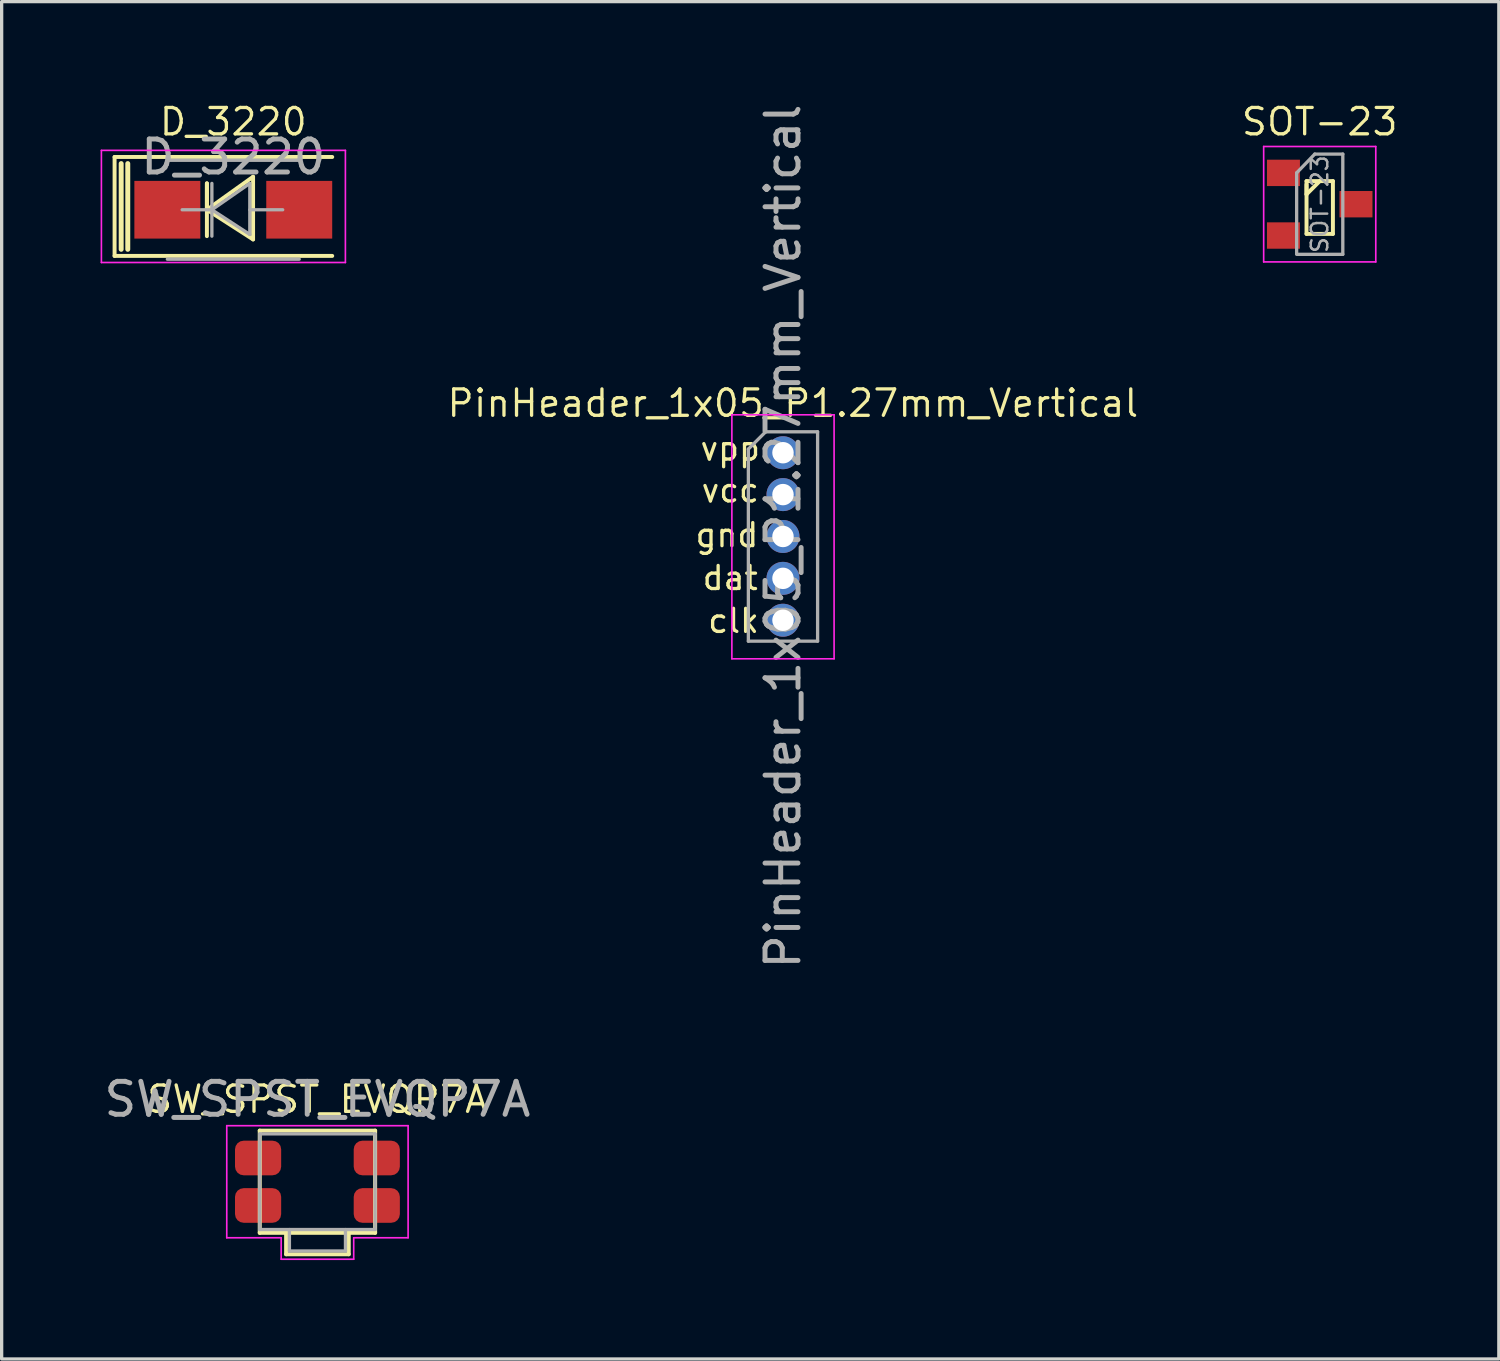
<source format=kicad_pcb>
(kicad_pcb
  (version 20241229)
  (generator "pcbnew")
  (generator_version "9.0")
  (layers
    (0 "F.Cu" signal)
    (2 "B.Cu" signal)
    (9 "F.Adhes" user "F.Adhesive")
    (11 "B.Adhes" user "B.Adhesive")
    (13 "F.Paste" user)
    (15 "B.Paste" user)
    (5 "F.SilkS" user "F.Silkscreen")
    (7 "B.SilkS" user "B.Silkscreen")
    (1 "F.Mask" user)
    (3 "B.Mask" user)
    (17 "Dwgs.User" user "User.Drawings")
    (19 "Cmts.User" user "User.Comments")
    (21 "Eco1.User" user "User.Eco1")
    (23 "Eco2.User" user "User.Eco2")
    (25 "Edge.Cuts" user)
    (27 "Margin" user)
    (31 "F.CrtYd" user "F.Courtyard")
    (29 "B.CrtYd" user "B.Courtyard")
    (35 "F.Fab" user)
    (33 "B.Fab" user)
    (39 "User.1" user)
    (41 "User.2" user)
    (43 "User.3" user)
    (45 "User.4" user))
  (footprint "SOT-23"
    (layer "F.Cu")
    (at 36.974 3.143)
    (property "Reference" "SOT-23" (at 0 -2.5 0) (layer "F.SilkS") (effects (font (size 0.8 0.8) (thickness 0.1))))
    (attr smd)
    (fp_line (start -0.4 -0.7) (end -0.4 -0.3) (stroke (width 0.12) (type solid)) (layer "F.SilkS"))
    (fp_line (start -0.4 -0.7) (end 0.4 -0.7) (stroke (width 0.12) (type solid)) (layer "F.SilkS"))
    (fp_line (start -0.4 -0.3) (end 0 -0.7) (stroke (width 0.12) (type solid)) (layer "F.SilkS"))
    (fp_line (start -0.4 0.9) (end -0.4 -0.6) (stroke (width 0.12) (type solid)) (layer "F.SilkS"))
    (fp_line (start 0.4 -0.7) (end 0.4 0.9) (stroke (width 0.12) (type solid)) (layer "F.SilkS"))
    (fp_line (start 0.4 0.9) (end -0.4 0.9) (stroke (width 0.12) (type solid)) (layer "F.SilkS"))
    (fp_line (start -1.7 -1.75) (end 1.7 -1.75) (stroke (width 0.05) (type solid)) (layer "F.CrtYd"))
    (fp_line (start -1.7 1.75) (end -1.7 -1.75) (stroke (width 0.05) (type solid)) (layer "F.CrtYd"))
    (fp_line (start 1.7 -1.75) (end 1.7 1.75) (stroke (width 0.05) (type solid)) (layer "F.CrtYd"))
    (fp_line (start 1.7 1.75) (end -1.7 1.75) (stroke (width 0.05) (type solid)) (layer "F.CrtYd"))
    (fp_line (start -0.7 -0.95) (end -0.7 1.5) (stroke (width 0.1) (type solid)) (layer "F.Fab"))
    (fp_line (start -0.7 -0.95) (end -0.15 -1.52) (stroke (width 0.1) (type solid)) (layer "F.Fab"))
    (fp_line (start -0.7 1.52) (end 0.7 1.52) (stroke (width 0.1) (type solid)) (layer "F.Fab"))
    (fp_line (start -0.15 -1.52) (end 0.7 -1.52) (stroke (width 0.1) (type solid)) (layer "F.Fab"))
    (fp_line (start 0.7 -1.52) (end 0.7 1.52) (stroke (width 0.1) (type solid)) (layer "F.Fab"))
    (fp_text user "${REFERENCE}" (at 0 0 270) (layer "F.Fab") (effects (font (size 0.5 0.5) (thickness 0.075))))
    (pad "1" smd rect (at -1.1 -0.95) (size 1 0.8) (layers "F.Cu" "F.Mask" "F.Paste"))
    (pad "2" smd rect (at -1.1 0.95) (size 1 0.8) (layers "F.Cu" "F.Mask" "F.Paste"))
    (pad "3" smd rect (at 1.1 0) (size 1 0.8) (layers "F.Cu" "F.Mask" "F.Paste")))
  (footprint "PinHeader_1x05_P1.27mm_Vertical"
    (layer "F.Cu")
    (at 20.696 10.68)
    (property "Reference" "PinHeader_1x05_P1.27mm_Vertical" (at 0.3 -1.5 0) (layer "F.SilkS") (effects (font (size 0.8 0.8) (thickness 0.1))))
    (attr through_hole)
    (fp_line (start -1.55 -1.15) (end -1.55 6.25) (stroke (width 0.05) (type solid)) (layer "F.CrtYd"))
    (fp_line (start -1.55 6.25) (end 1.55 6.25) (stroke (width 0.05) (type solid)) (layer "F.CrtYd"))
    (fp_line (start 1.55 -1.15) (end -1.55 -1.15) (stroke (width 0.05) (type solid)) (layer "F.CrtYd"))
    (fp_line (start 1.55 6.25) (end 1.55 -1.15) (stroke (width 0.05) (type solid)) (layer "F.CrtYd"))
    (fp_line (start -1.05 -0.11) (end -0.525 -0.635) (stroke (width 0.1) (type solid)) (layer "F.Fab"))
    (fp_line (start -1.05 5.715) (end -1.05 -0.11) (stroke (width 0.1) (type solid)) (layer "F.Fab"))
    (fp_line (start -0.525 -0.635) (end 1.05 -0.635) (stroke (width 0.1) (type solid)) (layer "F.Fab"))
    (fp_line (start 1.05 -0.635) (end 1.05 5.715) (stroke (width 0.1) (type solid)) (layer "F.Fab"))
    (fp_line (start 1.05 5.715) (end -1.05 5.715) (stroke (width 0.1) (type solid)) (layer "F.Fab"))
    (fp_text user "dat" (at -1.6 3.8 0) (layer "F.SilkS") (effects (font (size 0.7 0.7) (thickness 0.1))))
    (fp_text user "vcc" (at -1.6 1.143 0) (layer "F.SilkS") (effects (font (size 0.7 0.7) (thickness 0.1))))
    (fp_text user "gnd" (at -1.7 2.5 0) (layer "F.SilkS") (effects (font (size 0.7 0.7) (thickness 0.1))))
    (fp_text user "clk" (at -1.5 5.1 0) (layer "F.SilkS") (effects (font (size 0.7 0.7) (thickness 0.1))))
    (fp_text user "vpp" (at -1.6 -0.127 0) (layer "F.SilkS") (effects (font (size 0.7 0.7) (thickness 0.1))))
    (fp_text user "${REFERENCE}" (at 0 2.54 90) (layer "F.Fab") (effects (font (size 1 1) (thickness 0.15))))
    (pad "1" thru_hole circle (at 0 0) (size 1 1) (drill 0.65) (layers "*.Cu" "*.Mask"))
    (pad "2" thru_hole oval (at 0 1.27) (size 1 1) (drill 0.65) (layers "*.Cu" "*.Mask"))
    (pad "3" thru_hole oval (at 0 2.54) (size 1 1) (drill 0.65) (layers "*.Cu" "*.Mask"))
    (pad "4" thru_hole oval (at 0 3.81) (size 1 1) (drill 0.65) (layers "*.Cu" "*.Mask"))
    (pad "5" thru_hole oval (at 0 5.08) (size 1 1) (drill 0.65) (layers "*.Cu" "*.Mask")))
  (footprint "SW_SPST_EVQP7A"
    (layer "F.Cu")
    (at 6.577 32.789)
    (property "Reference" "SW_SPST_EVQP7A" (at 0 -2.5 0) (layer "F.SilkS") (effects (font (size 0.8 0.8) (thickness 0.1))))
    (attr smd)
    (fp_line (start -1.75 -1.55) (end -1.75 1.55) (stroke (width 0.12) (type solid)) (layer "F.SilkS"))
    (fp_line (start -1.75 -1.55) (end 1.75 -1.55) (stroke (width 0.12) (type solid)) (layer "F.SilkS"))
    (fp_line (start -0.95 2.2) (end -0.95 1.55) (stroke (width 0.12) (type solid)) (layer "F.SilkS"))
    (fp_line (start 0.95 1.55) (end 0.95 2.2) (stroke (width 0.12) (type solid)) (layer "F.SilkS"))
    (fp_line (start 0.95 2.2) (end -0.95 2.2) (stroke (width 0.12) (type solid)) (layer "F.SilkS"))
    (fp_line (start 1.75 1.55) (end -1.75 1.55) (stroke (width 0.12) (type solid)) (layer "F.SilkS"))
    (fp_line (start 1.75 1.55) (end 1.75 -1.55) (stroke (width 0.12) (type solid)) (layer "F.SilkS"))
    (fp_line (start -2.75 -1.7) (end 2.75 -1.7) (stroke (width 0.05) (type solid)) (layer "F.CrtYd"))
    (fp_line (start -2.75 1.7) (end -2.75 -1.7) (stroke (width 0.05) (type solid)) (layer "F.CrtYd"))
    (fp_line (start -1.1 1.7) (end -2.75 1.7) (stroke (width 0.05) (type solid)) (layer "F.CrtYd"))
    (fp_line (start -1.1 2.35) (end -1.1 1.7) (stroke (width 0.05) (type solid)) (layer "F.CrtYd"))
    (fp_line (start 1.1 1.7) (end 1.1 2.35) (stroke (width 0.05) (type solid)) (layer "F.CrtYd"))
    (fp_line (start 1.1 2.35) (end -1.1 2.35) (stroke (width 0.05) (type solid)) (layer "F.CrtYd"))
    (fp_line (start 2.75 -1.7) (end 2.75 1.7) (stroke (width 0.05) (type solid)) (layer "F.CrtYd"))
    (fp_line (start 2.75 1.7) (end 1.1 1.7) (stroke (width 0.05) (type solid)) (layer "F.CrtYd"))
    (fp_line (start -1.75 -1.45) (end 1.75 -1.45) (stroke (width 0.1) (type solid)) (layer "F.Fab"))
    (fp_line (start -1.75 1.45) (end -1.75 -1.45) (stroke (width 0.1) (type solid)) (layer "F.Fab"))
    (fp_line (start -0.85 2.1) (end -0.85 1.45) (stroke (width 0.1) (type solid)) (layer "F.Fab"))
    (fp_line (start -0.85 2.1) (end 0.85 2.1) (stroke (width 0.1) (type solid)) (layer "F.Fab"))
    (fp_line (start 0.85 2.1) (end 0.85 1.45) (stroke (width 0.1) (type solid)) (layer "F.Fab"))
    (fp_line (start 1.75 -1.45) (end 1.75 1.45) (stroke (width 0.1) (type solid)) (layer "F.Fab"))
    (fp_line (start 1.75 1.45) (end -1.75 1.45) (stroke (width 0.1) (type solid)) (layer "F.Fab"))
    (fp_text user "${REFERENCE}" (at 0 -2.5 0) (layer "F.Fab") (effects (font (size 1 1) (thickness 0.15))))
    (pad "1" smd roundrect (at -1.8 -0.72) (size 1.4 1.05) (layers "F.Cu" "F.Mask" "F.Paste") (roundrect_rratio 0.25))
    (pad "1" smd roundrect (at 1.8 -0.72) (size 1.4 1.05) (layers "F.Cu" "F.Mask" "F.Paste") (roundrect_rratio 0.25))
    (pad "2" smd roundrect (at -1.8 0.72) (size 1.4 1.05) (layers "F.Cu" "F.Mask" "F.Paste") (roundrect_rratio 0.25))
    (pad "2" smd roundrect (at 1.8 0.72) (size 1.4 1.05) (layers "F.Cu" "F.Mask" "F.Paste") (roundrect_rratio 0.25)))
  (footprint "D_3220"
    (layer "F.Cu")
    (at 4.025 3.311)
    (property "Reference" "D_3220" (at 0 -2.667 0) (layer "F.SilkS") (effects (font (size 0.8 0.8) (thickness 0.1))))
    (attr smd)
    (fp_line (start -3.6 -1.6) (end 3 -1.6) (stroke (width 0.12) (type solid)) (layer "F.SilkS"))
    (fp_line (start -3.6 1.4) (end -3.6 -1.6) (stroke (width 0.12) (type solid)) (layer "F.SilkS"))
    (fp_line (start -3.6 1.4) (end 3 1.4) (stroke (width 0.12) (type solid)) (layer "F.SilkS"))
    (fp_line (start -3.4 -1.4) (end -3.4 1.2) (stroke (width 0.15) (type solid)) (layer "F.SilkS"))
    (fp_line (start -3.2 -1.4) (end -3.2 1.2) (stroke (width 0.15) (type solid)) (layer "F.SilkS"))
    (fp_line (start -0.8 -0.8) (end -0.8 0) (stroke (width 0.12) (type solid)) (layer "F.SilkS"))
    (fp_line (start -0.8 0) (end -0.8 -0.8) (stroke (width 0.12) (type solid)) (layer "F.SilkS"))
    (fp_line (start -0.8 0) (end -0.8 0.8) (stroke (width 0.12) (type solid)) (layer "F.SilkS"))
    (fp_line (start -0.8 0) (end 0.6 -1) (stroke (width 0.12) (type solid)) (layer "F.SilkS"))
    (fp_line (start 0.6 -1) (end 0.6 0.9) (stroke (width 0.12) (type solid)) (layer "F.SilkS"))
    (fp_line (start 0.6 0.9) (end -0.8 0) (stroke (width 0.12) (type solid)) (layer "F.SilkS"))
    (fp_line (start -4 -1.8) (end 3.4 -1.8) (stroke (width 0.05) (type solid)) (layer "F.CrtYd"))
    (fp_line (start -4 1.6) (end -4 -1.8) (stroke (width 0.05) (type solid)) (layer "F.CrtYd"))
    (fp_line (start -4 1.6) (end 3.4 1.6) (stroke (width 0.05) (type solid)) (layer "F.CrtYd"))
    (fp_line (start 3.4 1.6) (end 3.4 -1.8) (stroke (width 0.05) (type solid)) (layer "F.CrtYd"))
    (fp_line (start -0.649 -0.799) (end -0.649 0.801) (stroke (width 0.1) (type solid)) (layer "F.Fab"))
    (fp_line (start -0.649 0.001) (end -1.551 0.001) (stroke (width 0.1) (type solid)) (layer "F.Fab"))
    (fp_line (start -0.649 0.001) (end 0.501 -0.799) (stroke (width 0.1) (type solid)) (layer "F.Fab"))
    (fp_line (start -0.649 0.001) (end 0.501 0.75) (stroke (width 0.1) (type solid)) (layer "F.Fab"))
    (fp_line (start 0.501 0.001) (end 1.499 0.001) (stroke (width 0.1) (type solid)) (layer "F.Fab"))
    (fp_line (start 0.501 0.75) (end 0.501 -0.799) (stroke (width 0.1) (type solid)) (layer "F.Fab"))
    (fp_line (start 2 -1.5) (end -2 -1.5) (stroke (width 0.1) (type solid)) (layer "F.Fab"))
    (fp_line (start 2 1.5) (end -2 1.5) (stroke (width 0.1) (type solid)) (layer "F.Fab"))
    (fp_text user "${REFERENCE}" (at 0 -1.6 0) (layer "F.Fab") (effects (font (size 1 1) (thickness 0.15))))
    (pad "1" smd rect (at -2 0 90) (size 1.75 2) (layers "F.Cu" "F.Mask" "F.Paste"))
    (pad "2" smd rect (at 2 0 180) (size 2 1.75) (layers "F.Cu" "F.Mask" "F.Paste")))
  (gr_rect
    (start -3 -3)
    (end 42.406 38.164)
    (stroke (width 0.1) (type default))
    (fill no)
    (layer "Edge.Cuts")))
</source>
